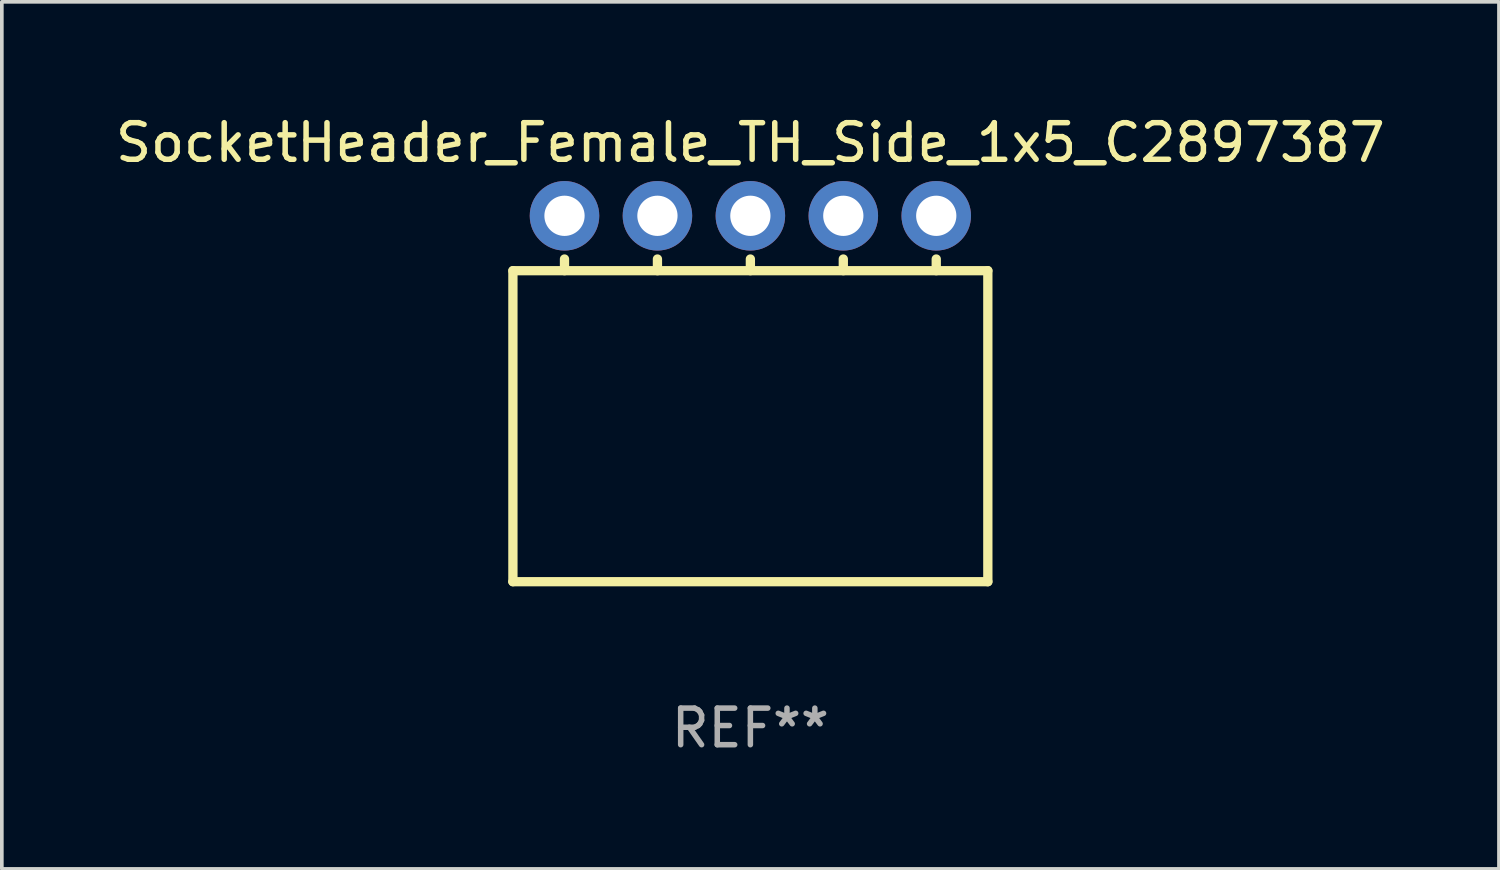
<source format=kicad_pcb>
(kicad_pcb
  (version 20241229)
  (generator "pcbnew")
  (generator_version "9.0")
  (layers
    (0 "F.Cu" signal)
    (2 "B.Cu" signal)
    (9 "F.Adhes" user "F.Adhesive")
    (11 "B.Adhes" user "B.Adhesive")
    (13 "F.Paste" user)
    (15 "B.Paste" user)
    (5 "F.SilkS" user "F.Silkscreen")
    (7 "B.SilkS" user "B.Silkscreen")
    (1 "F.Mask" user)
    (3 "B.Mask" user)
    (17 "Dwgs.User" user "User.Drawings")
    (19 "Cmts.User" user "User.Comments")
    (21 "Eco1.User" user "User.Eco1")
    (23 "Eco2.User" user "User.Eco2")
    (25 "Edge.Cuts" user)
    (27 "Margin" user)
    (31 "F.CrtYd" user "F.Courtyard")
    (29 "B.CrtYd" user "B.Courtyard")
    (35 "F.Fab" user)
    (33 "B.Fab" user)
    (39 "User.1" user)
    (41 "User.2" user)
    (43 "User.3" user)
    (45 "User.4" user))
  (footprint "SocketHeader_Female_TH_Side_1x5_C2897387"
    (layer "F.Cu")
    (at 17.458 2.848)
    (property "Reference" "SocketHeader_Female_TH_Side_1x5_C2897387" (at -0.000025 -2 0) (layer "F.SilkS") (effects (font (size 1 1) (thickness 0.15))))
    (attr through_hole)
    (fp_line (start -6.49 1.5) (end -6.49 10) (stroke (width 0.254) (type solid)) (layer "F.SilkS"))
    (fp_line (start -6.49 1.5) (end 6.49 1.5) (stroke (width 0.254) (type solid)) (layer "F.SilkS"))
    (fp_line (start -6.49 10) (end 6.49 10) (stroke (width 0.254) (type solid)) (layer "F.SilkS"))
    (fp_line (start -5.08 1.5) (end -5.08 1.181) (stroke (width 0.254) (type solid)) (layer "F.SilkS"))
    (fp_line (start -2.54 1.181) (end -2.54 1.5) (stroke (width 0.254) (type solid)) (layer "F.SilkS"))
    (fp_line (start 0 1.181) (end 0 1.5) (stroke (width 0.254) (type solid)) (layer "F.SilkS"))
    (fp_line (start 2.54 1.181) (end 2.54 1.5) (stroke (width 0.254) (type solid)) (layer "F.SilkS"))
    (fp_line (start 5.08 1.181) (end 5.08 1.5) (stroke (width 0.254) (type solid)) (layer "F.SilkS"))
    (fp_line (start 6.49 10) (end 6.49 1.5) (stroke (width 0.254) (type solid)) (layer "F.SilkS"))
    (fp_circle (center -6.55 10) (end -6.52 10) (stroke (width 0.06) (type solid)) (fill no) (layer "F.SilkS"))
    (fp_text user "REF**" (at -0.000025 14 0) (layer "F.Fab") (effects (font (size 1 1) (thickness 0.15))))
    (pad "1" thru_hole circle (at -5.08 0) (size 1.9 1.9) (drill 1.1) (layers "*.Cu" "*.Mask"))
    (pad "2" thru_hole circle (at -2.54 0) (size 1.9 1.9) (drill 1.1) (layers "*.Cu" "*.Mask"))
    (pad "3" thru_hole circle (at 0 0) (size 1.9 1.9) (drill 1.1) (layers "*.Cu" "*.Mask"))
    (pad "4" thru_hole circle (at 2.54 0) (size 1.9 1.9) (drill 1.1) (layers "*.Cu" "*.Mask"))
    (pad "5" thru_hole circle (at 5.08 0) (size 1.9 1.9) (drill 1.1) (layers "*.Cu" "*.Mask")))
  (gr_rect
    (start -3 -3)
    (end 37.917 20.697)
    (stroke (width 0.1) (type default))
    (fill no)
    (layer "Edge.Cuts")))
</source>
